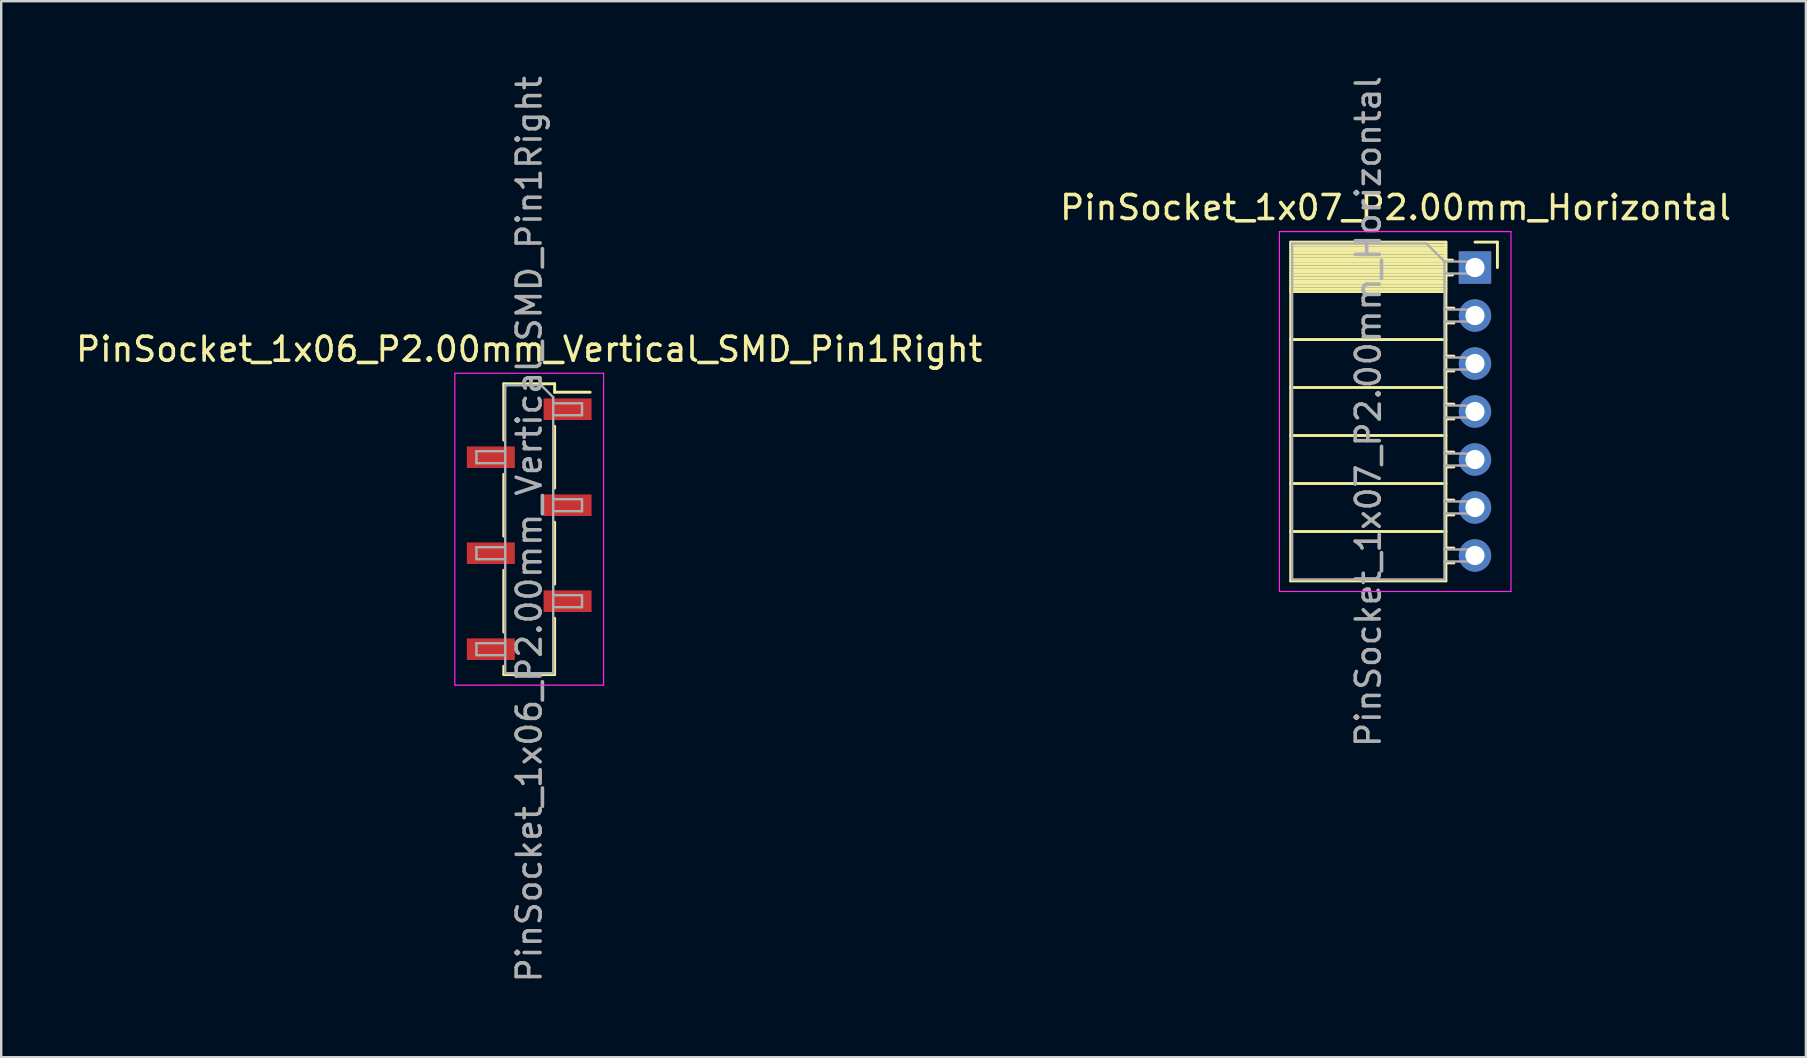
<source format=kicad_pcb>
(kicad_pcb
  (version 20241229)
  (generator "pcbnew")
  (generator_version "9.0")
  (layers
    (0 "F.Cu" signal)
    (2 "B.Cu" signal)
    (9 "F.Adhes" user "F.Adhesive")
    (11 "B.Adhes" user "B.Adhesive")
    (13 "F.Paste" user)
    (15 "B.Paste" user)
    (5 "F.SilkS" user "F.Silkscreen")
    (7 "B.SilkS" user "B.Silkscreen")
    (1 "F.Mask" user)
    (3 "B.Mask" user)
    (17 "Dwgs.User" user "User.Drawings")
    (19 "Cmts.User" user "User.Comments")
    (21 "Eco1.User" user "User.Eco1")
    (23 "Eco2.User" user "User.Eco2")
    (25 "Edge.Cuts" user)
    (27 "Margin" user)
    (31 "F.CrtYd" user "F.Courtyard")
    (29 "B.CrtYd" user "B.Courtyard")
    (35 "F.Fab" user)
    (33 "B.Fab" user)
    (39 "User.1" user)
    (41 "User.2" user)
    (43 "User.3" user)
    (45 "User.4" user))
  (footprint "PinSocket_1x07_P2.00mm_Horizontal"
    (layer "F.Cu")
    (at 58.423 8.101)
    (property "Reference" "PinSocket_1x07_P2.00mm_Horizontal" (at -3.31 -2.5 0) (layer "F.SilkS") (effects (font (size 1 1) (thickness 0.15))))
    (attr through_hole)
    (fp_line (start -7.68 -1.06) (end -7.68 13.06) (stroke (width 0.12) (type solid)) (layer "F.SilkS"))
    (fp_line (start -7.68 -1.06) (end -1.21 -1.06) (stroke (width 0.12) (type solid)) (layer "F.SilkS"))
    (fp_line (start -7.68 -0.94) (end -1.21 -0.94) (stroke (width 0.12) (type solid)) (layer "F.SilkS"))
    (fp_line (start -7.68 -0.826) (end -1.21 -0.826) (stroke (width 0.12) (type solid)) (layer "F.SilkS"))
    (fp_line (start -7.68 -0.712) (end -1.21 -0.712) (stroke (width 0.12) (type solid)) (layer "F.SilkS"))
    (fp_line (start -7.68 -0.598) (end -1.21 -0.598) (stroke (width 0.12) (type solid)) (layer "F.SilkS"))
    (fp_line (start -7.68 -0.484) (end -1.21 -0.484) (stroke (width 0.12) (type solid)) (layer "F.SilkS"))
    (fp_line (start -7.68 -0.369) (end -1.21 -0.369) (stroke (width 0.12) (type solid)) (layer "F.SilkS"))
    (fp_line (start -7.68 -0.255) (end -1.21 -0.255) (stroke (width 0.12) (type solid)) (layer "F.SilkS"))
    (fp_line (start -7.68 -0.141) (end -1.21 -0.141) (stroke (width 0.12) (type solid)) (layer "F.SilkS"))
    (fp_line (start -7.68 -0.027) (end -1.21 -0.027) (stroke (width 0.12) (type solid)) (layer "F.SilkS"))
    (fp_line (start -7.68 0.087) (end -1.21 0.087) (stroke (width 0.12) (type solid)) (layer "F.SilkS"))
    (fp_line (start -7.68 0.201) (end -1.21 0.201) (stroke (width 0.12) (type solid)) (layer "F.SilkS"))
    (fp_line (start -7.68 0.315) (end -1.21 0.315) (stroke (width 0.12) (type solid)) (layer "F.SilkS"))
    (fp_line (start -7.68 0.429) (end -1.21 0.429) (stroke (width 0.12) (type solid)) (layer "F.SilkS"))
    (fp_line (start -7.68 0.544) (end -1.21 0.544) (stroke (width 0.12) (type solid)) (layer "F.SilkS"))
    (fp_line (start -7.68 0.658) (end -1.21 0.658) (stroke (width 0.12) (type solid)) (layer "F.SilkS"))
    (fp_line (start -7.68 0.772) (end -1.21 0.772) (stroke (width 0.12) (type solid)) (layer "F.SilkS"))
    (fp_line (start -7.68 0.886) (end -1.21 0.886) (stroke (width 0.12) (type solid)) (layer "F.SilkS"))
    (fp_line (start -7.68 1) (end -1.21 1) (stroke (width 0.12) (type solid)) (layer "F.SilkS"))
    (fp_line (start -7.68 3) (end -1.21 3) (stroke (width 0.12) (type solid)) (layer "F.SilkS"))
    (fp_line (start -7.68 5) (end -1.21 5) (stroke (width 0.12) (type solid)) (layer "F.SilkS"))
    (fp_line (start -7.68 7) (end -1.21 7) (stroke (width 0.12) (type solid)) (layer "F.SilkS"))
    (fp_line (start -7.68 9) (end -1.21 9) (stroke (width 0.12) (type solid)) (layer "F.SilkS"))
    (fp_line (start -7.68 11) (end -1.21 11) (stroke (width 0.12) (type solid)) (layer "F.SilkS"))
    (fp_line (start -7.68 13.06) (end -1.21 13.06) (stroke (width 0.12) (type solid)) (layer "F.SilkS"))
    (fp_line (start -1.21 -1.06) (end -1.21 13.06) (stroke (width 0.12) (type solid)) (layer "F.SilkS"))
    (fp_line (start -1.21 -0.31) (end -0.935 -0.31) (stroke (width 0.12) (type solid)) (layer "F.SilkS"))
    (fp_line (start -1.21 0.31) (end -0.935 0.31) (stroke (width 0.12) (type solid)) (layer "F.SilkS"))
    (fp_line (start -1.21 1.69) (end -0.882 1.69) (stroke (width 0.12) (type solid)) (layer "F.SilkS"))
    (fp_line (start -1.21 2.31) (end -0.882 2.31) (stroke (width 0.12) (type solid)) (layer "F.SilkS"))
    (fp_line (start -1.21 3.69) (end -0.882 3.69) (stroke (width 0.12) (type solid)) (layer "F.SilkS"))
    (fp_line (start -1.21 4.31) (end -0.882 4.31) (stroke (width 0.12) (type solid)) (layer "F.SilkS"))
    (fp_line (start -1.21 5.69) (end -0.882 5.69) (stroke (width 0.12) (type solid)) (layer "F.SilkS"))
    (fp_line (start -1.21 6.31) (end -0.882 6.31) (stroke (width 0.12) (type solid)) (layer "F.SilkS"))
    (fp_line (start -1.21 7.69) (end -0.882 7.69) (stroke (width 0.12) (type solid)) (layer "F.SilkS"))
    (fp_line (start -1.21 8.31) (end -0.882 8.31) (stroke (width 0.12) (type solid)) (layer "F.SilkS"))
    (fp_line (start -1.21 9.69) (end -0.882 9.69) (stroke (width 0.12) (type solid)) (layer "F.SilkS"))
    (fp_line (start -1.21 10.31) (end -0.882 10.31) (stroke (width 0.12) (type solid)) (layer "F.SilkS"))
    (fp_line (start -1.21 11.69) (end -0.882 11.69) (stroke (width 0.12) (type solid)) (layer "F.SilkS"))
    (fp_line (start -1.21 12.31) (end -0.882 12.31) (stroke (width 0.12) (type solid)) (layer "F.SilkS"))
    (fp_line (start 0 -1.06) (end 0.935 -1.06) (stroke (width 0.12) (type solid)) (layer "F.SilkS"))
    (fp_line (start 0.935 -1.06) (end 0.935 0) (stroke (width 0.12) (type solid)) (layer "F.SilkS"))
    (fp_line (start -8.15 -1.5) (end -8.15 13.5) (stroke (width 0.05) (type solid)) (layer "F.CrtYd"))
    (fp_line (start -8.15 13.5) (end 1.5 13.5) (stroke (width 0.05) (type solid)) (layer "F.CrtYd"))
    (fp_line (start 1.5 -1.5) (end -8.15 -1.5) (stroke (width 0.05) (type solid)) (layer "F.CrtYd"))
    (fp_line (start 1.5 13.5) (end 1.5 -1.5) (stroke (width 0.05) (type solid)) (layer "F.CrtYd"))
    (fp_line (start -7.62 -1) (end -2.02 -1) (stroke (width 0.1) (type solid)) (layer "F.Fab"))
    (fp_line (start -7.62 13) (end -7.62 -1) (stroke (width 0.1) (type solid)) (layer "F.Fab"))
    (fp_line (start -2.02 -1) (end -1.27 -0.25) (stroke (width 0.1) (type solid)) (layer "F.Fab"))
    (fp_line (start -1.27 -0.25) (end -1.27 13) (stroke (width 0.1) (type solid)) (layer "F.Fab"))
    (fp_line (start -1.27 0.25) (end 0 0.25) (stroke (width 0.1) (type solid)) (layer "F.Fab"))
    (fp_line (start -1.27 2.25) (end 0 2.25) (stroke (width 0.1) (type solid)) (layer "F.Fab"))
    (fp_line (start -1.27 4.25) (end 0 4.25) (stroke (width 0.1) (type solid)) (layer "F.Fab"))
    (fp_line (start -1.27 6.25) (end 0 6.25) (stroke (width 0.1) (type solid)) (layer "F.Fab"))
    (fp_line (start -1.27 8.25) (end 0 8.25) (stroke (width 0.1) (type solid)) (layer "F.Fab"))
    (fp_line (start -1.27 10.25) (end 0 10.25) (stroke (width 0.1) (type solid)) (layer "F.Fab"))
    (fp_line (start -1.27 12.25) (end 0 12.25) (stroke (width 0.1) (type solid)) (layer "F.Fab"))
    (fp_line (start -1.27 13) (end -7.62 13) (stroke (width 0.1) (type solid)) (layer "F.Fab"))
    (fp_line (start 0 -0.25) (end -1.27 -0.25) (stroke (width 0.1) (type solid)) (layer "F.Fab"))
    (fp_line (start 0 0.25) (end 0 -0.25) (stroke (width 0.1) (type solid)) (layer "F.Fab"))
    (fp_line (start 0 1.75) (end -1.27 1.75) (stroke (width 0.1) (type solid)) (layer "F.Fab"))
    (fp_line (start 0 2.25) (end 0 1.75) (stroke (width 0.1) (type solid)) (layer "F.Fab"))
    (fp_line (start 0 3.75) (end -1.27 3.75) (stroke (width 0.1) (type solid)) (layer "F.Fab"))
    (fp_line (start 0 4.25) (end 0 3.75) (stroke (width 0.1) (type solid)) (layer "F.Fab"))
    (fp_line (start 0 5.75) (end -1.27 5.75) (stroke (width 0.1) (type solid)) (layer "F.Fab"))
    (fp_line (start 0 6.25) (end 0 5.75) (stroke (width 0.1) (type solid)) (layer "F.Fab"))
    (fp_line (start 0 7.75) (end -1.27 7.75) (stroke (width 0.1) (type solid)) (layer "F.Fab"))
    (fp_line (start 0 8.25) (end 0 7.75) (stroke (width 0.1) (type solid)) (layer "F.Fab"))
    (fp_line (start 0 9.75) (end -1.27 9.75) (stroke (width 0.1) (type solid)) (layer "F.Fab"))
    (fp_line (start 0 10.25) (end 0 9.75) (stroke (width 0.1) (type solid)) (layer "F.Fab"))
    (fp_line (start 0 11.75) (end -1.27 11.75) (stroke (width 0.1) (type solid)) (layer "F.Fab"))
    (fp_line (start 0 12.25) (end 0 11.75) (stroke (width 0.1) (type solid)) (layer "F.Fab"))
    (fp_text user "${REFERENCE}" (at -4.445 6 90) (layer "F.Fab") (effects (font (size 1 1) (thickness 0.15))))
    (pad "1" thru_hole rect (at 0 0) (size 1.35 1.35) (drill 0.8) (layers "*.Cu" "*.Mask"))
    (pad "2" thru_hole oval (at 0 2) (size 1.35 1.35) (drill 0.8) (layers "*.Cu" "*.Mask"))
    (pad "3" thru_hole oval (at 0 4) (size 1.35 1.35) (drill 0.8) (layers "*.Cu" "*.Mask"))
    (pad "4" thru_hole oval (at 0 6) (size 1.35 1.35) (drill 0.8) (layers "*.Cu" "*.Mask"))
    (pad "5" thru_hole oval (at 0 8) (size 1.35 1.35) (drill 0.8) (layers "*.Cu" "*.Mask"))
    (pad "6" thru_hole oval (at 0 10) (size 1.35 1.35) (drill 0.8) (layers "*.Cu" "*.Mask"))
    (pad "7" thru_hole oval (at 0 12) (size 1.35 1.35) (drill 0.8) (layers "*.Cu" "*.Mask")))
  (footprint "PinSocket_1x06_P2.00mm_Vertical_SMD_Pin1Right"
    (layer "F.Cu")
    (at 19.006 19.006)
    (property "Reference" "PinSocket_1x06_P2.00mm_Vertical_SMD_Pin1Right" (at 0 -7.5 0) (layer "F.SilkS") (effects (font (size 1 1) (thickness 0.15))))
    (attr smd)
    (fp_line (start -1.06 -6.06) (end -1.06 -3.71) (stroke (width 0.12) (type solid)) (layer "F.SilkS"))
    (fp_line (start -1.06 -6.06) (end 1.06 -6.06) (stroke (width 0.12) (type solid)) (layer "F.SilkS"))
    (fp_line (start -1.06 -2.29) (end -1.06 0.29) (stroke (width 0.12) (type solid)) (layer "F.SilkS"))
    (fp_line (start -1.06 1.71) (end -1.06 4.29) (stroke (width 0.12) (type solid)) (layer "F.SilkS"))
    (fp_line (start -1.06 5.71) (end -1.06 6.06) (stroke (width 0.12) (type solid)) (layer "F.SilkS"))
    (fp_line (start -1.06 6.06) (end 1.06 6.06) (stroke (width 0.12) (type solid)) (layer "F.SilkS"))
    (fp_line (start 1.06 -6.06) (end 1.06 -5.71) (stroke (width 0.12) (type solid)) (layer "F.SilkS"))
    (fp_line (start 1.06 -5.71) (end 2.54 -5.71) (stroke (width 0.12) (type solid)) (layer "F.SilkS"))
    (fp_line (start 1.06 -4.29) (end 1.06 -1.71) (stroke (width 0.12) (type solid)) (layer "F.SilkS"))
    (fp_line (start 1.06 -0.29) (end 1.06 2.29) (stroke (width 0.12) (type solid)) (layer "F.SilkS"))
    (fp_line (start 1.06 3.71) (end 1.06 6.06) (stroke (width 0.12) (type solid)) (layer "F.SilkS"))
    (fp_line (start -3.1 -6.5) (end 3.1 -6.5) (stroke (width 0.05) (type solid)) (layer "F.CrtYd"))
    (fp_line (start -3.1 6.5) (end -3.1 -6.5) (stroke (width 0.05) (type solid)) (layer "F.CrtYd"))
    (fp_line (start 3.1 -6.5) (end 3.1 6.5) (stroke (width 0.05) (type solid)) (layer "F.CrtYd"))
    (fp_line (start 3.1 6.5) (end -3.1 6.5) (stroke (width 0.05) (type solid)) (layer "F.CrtYd"))
    (fp_line (start -2.2 -3.25) (end -1 -3.25) (stroke (width 0.1) (type solid)) (layer "F.Fab"))
    (fp_line (start -2.2 -2.75) (end -2.2 -3.25) (stroke (width 0.1) (type solid)) (layer "F.Fab"))
    (fp_line (start -2.2 0.75) (end -1 0.75) (stroke (width 0.1) (type solid)) (layer "F.Fab"))
    (fp_line (start -2.2 1.25) (end -2.2 0.75) (stroke (width 0.1) (type solid)) (layer "F.Fab"))
    (fp_line (start -2.2 4.75) (end -1 4.75) (stroke (width 0.1) (type solid)) (layer "F.Fab"))
    (fp_line (start -2.2 5.25) (end -2.2 4.75) (stroke (width 0.1) (type solid)) (layer "F.Fab"))
    (fp_line (start -1 -6) (end 0.5 -6) (stroke (width 0.1) (type solid)) (layer "F.Fab"))
    (fp_line (start -1 -2.75) (end -2.2 -2.75) (stroke (width 0.1) (type solid)) (layer "F.Fab"))
    (fp_line (start -1 1.25) (end -2.2 1.25) (stroke (width 0.1) (type solid)) (layer "F.Fab"))
    (fp_line (start -1 5.25) (end -2.2 5.25) (stroke (width 0.1) (type solid)) (layer "F.Fab"))
    (fp_line (start -1 6) (end -1 -6) (stroke (width 0.1) (type solid)) (layer "F.Fab"))
    (fp_line (start 0.5 -6) (end 1 -5.5) (stroke (width 0.1) (type solid)) (layer "F.Fab"))
    (fp_line (start 1 -5.5) (end 1 6) (stroke (width 0.1) (type solid)) (layer "F.Fab"))
    (fp_line (start 1 -5.25) (end 2.2 -5.25) (stroke (width 0.1) (type solid)) (layer "F.Fab"))
    (fp_line (start 1 -1.25) (end 2.2 -1.25) (stroke (width 0.1) (type solid)) (layer "F.Fab"))
    (fp_line (start 1 2.75) (end 2.2 2.75) (stroke (width 0.1) (type solid)) (layer "F.Fab"))
    (fp_line (start 1 6) (end -1 6) (stroke (width 0.1) (type solid)) (layer "F.Fab"))
    (fp_line (start 2.2 -5.25) (end 2.2 -4.75) (stroke (width 0.1) (type solid)) (layer "F.Fab"))
    (fp_line (start 2.2 -4.75) (end 1 -4.75) (stroke (width 0.1) (type solid)) (layer "F.Fab"))
    (fp_line (start 2.2 -1.25) (end 2.2 -0.75) (stroke (width 0.1) (type solid)) (layer "F.Fab"))
    (fp_line (start 2.2 -0.75) (end 1 -0.75) (stroke (width 0.1) (type solid)) (layer "F.Fab"))
    (fp_line (start 2.2 2.75) (end 2.2 3.25) (stroke (width 0.1) (type solid)) (layer "F.Fab"))
    (fp_line (start 2.2 3.25) (end 1 3.25) (stroke (width 0.1) (type solid)) (layer "F.Fab"))
    (fp_text user "${REFERENCE}" (at 0 0 90) (layer "F.Fab") (effects (font (size 1 1) (thickness 0.15))))
    (pad "1" smd rect (at 1.6 -5) (size 2 0.9) (layers "F.Cu" "F.Mask" "F.Paste"))
    (pad "2" smd rect (at -1.6 -3) (size 2 0.9) (layers "F.Cu" "F.Mask" "F.Paste"))
    (pad "3" smd rect (at 1.6 -1) (size 2 0.9) (layers "F.Cu" "F.Mask" "F.Paste"))
    (pad "4" smd rect (at -1.6 1) (size 2 0.9) (layers "F.Cu" "F.Mask" "F.Paste"))
    (pad "5" smd rect (at 1.6 3) (size 2 0.9) (layers "F.Cu" "F.Mask" "F.Paste"))
    (pad "6" smd rect (at -1.6 5) (size 2 0.9) (layers "F.Cu" "F.Mask" "F.Paste")))
  (gr_rect
    (start -3 -3)
    (end 72.214 41.012)
    (stroke (width 0.1) (type default))
    (fill no)
    (layer "Edge.Cuts")))
</source>
